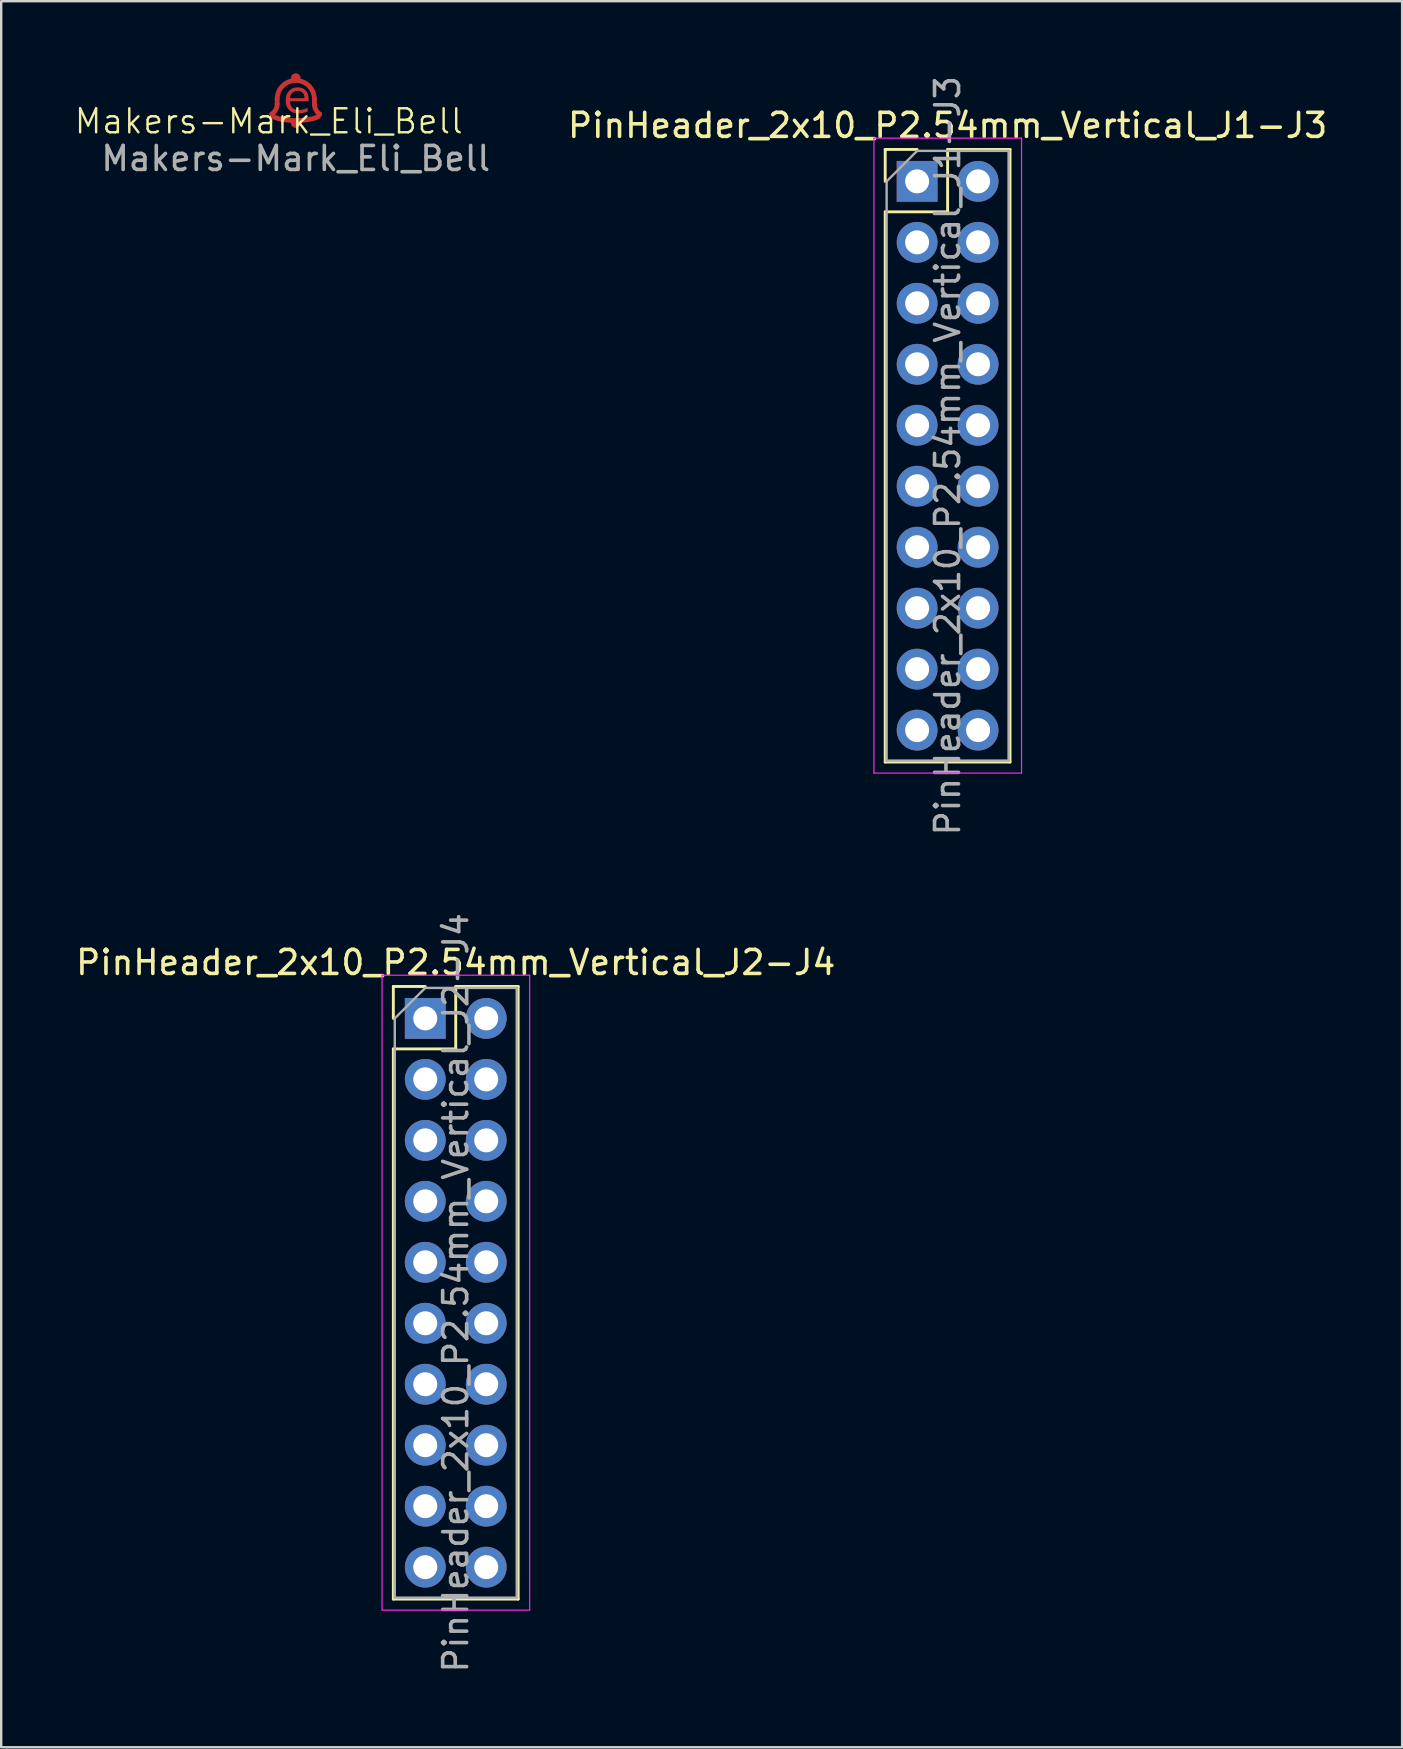
<source format=kicad_pcb>
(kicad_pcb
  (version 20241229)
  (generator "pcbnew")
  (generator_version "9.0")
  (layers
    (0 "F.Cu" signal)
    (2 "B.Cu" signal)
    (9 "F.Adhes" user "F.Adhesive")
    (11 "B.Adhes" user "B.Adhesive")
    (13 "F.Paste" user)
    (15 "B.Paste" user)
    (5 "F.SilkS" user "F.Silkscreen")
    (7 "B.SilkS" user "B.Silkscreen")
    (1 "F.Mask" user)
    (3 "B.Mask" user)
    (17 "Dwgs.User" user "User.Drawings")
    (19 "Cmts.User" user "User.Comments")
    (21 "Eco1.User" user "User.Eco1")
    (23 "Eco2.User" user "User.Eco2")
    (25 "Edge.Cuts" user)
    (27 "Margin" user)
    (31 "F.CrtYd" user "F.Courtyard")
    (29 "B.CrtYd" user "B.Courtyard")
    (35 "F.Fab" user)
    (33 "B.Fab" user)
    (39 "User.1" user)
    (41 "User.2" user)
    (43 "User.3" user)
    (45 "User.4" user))
  (footprint "Makers-Mark_Eli_Bell"
    (layer "F.Cu")
    (at 9.27 1.078)
    (property "Reference" "Makers-Mark_Eli_Bell" (at -1.125 0.925 0) (unlocked yes) (layer "F.SilkS") (effects (font (size 1 1) (thickness 0.1))))
    (attr board_only exclude_from_pos_files exclude_from_bom allow_missing_courtyard)
    (fp_line (start -0.775 0) (end -0.775 0.2) (stroke (width 0.2) (type default)) (layer "F.Cu"))
    (fp_line (start 0.775 0.2) (end 0.775 0) (stroke (width 0.2) (type default)) (layer "F.Cu"))
    (fp_arc (start -0.775 0) (mid 0 -0.775) (end 0.775 0) (stroke (width 0.2) (type default)) (layer "F.Cu"))
    (fp_arc (start -0.775 0.2) (mid -0.833323 0.439333) (end -0.995216 0.625) (stroke (width 0.2) (type default)) (layer "F.Cu"))
    (fp_arc (start -0.103078 -0.875) (mid 0 -0.978078) (end 0.103078 -0.875) (stroke (width 0.2) (type default)) (layer "F.Cu"))
    (fp_arc (start 0.103078 0.996922) (mid 0 1.1) (end -0.103078 0.996922) (stroke (width 0.2) (type default)) (layer "F.Cu"))
    (fp_arc (start 0.995216 0.625) (mid 0.833323 0.439333) (end 0.775 0.2) (stroke (width 0.2) (type default)) (layer "F.Cu"))
    (fp_curve (pts (xy -0.995 0.625) (xy -0.995 0.875) (xy 0 0.9) (xy 0 0.9)) (stroke (width 0.2) (type default)) (layer "F.Cu"))
    (fp_curve (pts (xy 0.995 0.625) (xy 0.995 0.875) (xy 0 0.9) (xy 0 0.9)) (stroke (width 0.2) (type default)) (layer "F.Cu"))
    (fp_text user "e" (at -0.525 0.8 0) (unlocked yes) (layer "F.Cu") (effects (font (face "Arial") (size 1.35 1.35) (thickness 0.1)) (justify left bottom)))
    (fp_text user "${REFERENCE}" (at 0 2.475 0) (unlocked yes) (layer "F.Fab") (effects (font (size 1 1) (thickness 0.15))))
    (zone (net_name "") (layer "F.Cu") (hatch edge 0.5) (connect_pads) (min_thickness 0.25) (filled_areas_thickness no) (keepout (tracks allowed) (vias allowed) (pads allowed) (copperpour not_allowed) (footprints allowed)) (placement (enabled no)) (fill) (polygon (pts (xy 9.167 2.422) (xy 9.167 2.446) (xy 9.188 2.488) (xy 9.224 2.518) (xy 9.27 2.528) (xy 9.316 2.518) (xy 9.353 2.488) (xy 9.373 2.446) (xy 9.373 2.422))))
    (zone (net_name "") (layer "F.Cu") (hatch edge 0.5) (connect_pads) (min_thickness 0.25) (filled_areas_thickness no) (keepout (tracks allowed) (vias allowed) (pads allowed) (copperpour not_allowed) (footprints allowed)) (placement (enabled no)) (fill) (polygon (pts (xy 8.275 2.05) (xy 10.265 2.05) (xy 10.247 2.107) (xy 10.186 2.161) (xy 10.066 2.215) (xy 9.859 2.266) (xy 9.558 2.307) (xy 9.27 2.325) (xy 8.982 2.307) (xy 8.681 2.266) (xy 8.475 2.215) (xy 8.354 2.161) (xy 8.294 2.107)))))
  (footprint "PinHeader_2x10_P2.54mm_Vertical_J2-J4"
    (layer "F.Cu")
    (at 14.665 39.374)
    (property "Reference" "PinHeader_2x10_P2.54mm_Vertical_J2-J4" (at 1.27 -2.33 0) (layer "F.SilkS") (effects (font (size 1 1) (thickness 0.15))))
    (attr through_hole)
    (fp_line (start -1.33 -1.33) (end 0 -1.33) (stroke (width 0.12) (type solid)) (layer "F.SilkS"))
    (fp_line (start -1.33 0) (end -1.33 -1.33) (stroke (width 0.12) (type solid)) (layer "F.SilkS"))
    (fp_line (start -1.33 1.27) (end -1.33 24.19) (stroke (width 0.12) (type solid)) (layer "F.SilkS"))
    (fp_line (start -1.33 1.27) (end 1.27 1.27) (stroke (width 0.12) (type solid)) (layer "F.SilkS"))
    (fp_line (start -1.33 24.19) (end 3.87 24.19) (stroke (width 0.12) (type solid)) (layer "F.SilkS"))
    (fp_line (start 1.27 -1.33) (end 3.87 -1.33) (stroke (width 0.12) (type solid)) (layer "F.SilkS"))
    (fp_line (start 1.27 1.27) (end 1.27 -1.33) (stroke (width 0.12) (type solid)) (layer "F.SilkS"))
    (fp_line (start 3.87 -1.33) (end 3.87 24.19) (stroke (width 0.12) (type solid)) (layer "F.SilkS"))
    (fp_line (start -1.8 -1.8) (end -1.8 24.65) (stroke (width 0.05) (type solid)) (layer "F.CrtYd"))
    (fp_line (start -1.8 24.65) (end 4.35 24.65) (stroke (width 0.05) (type solid)) (layer "F.CrtYd"))
    (fp_line (start 4.35 -1.8) (end -1.8 -1.8) (stroke (width 0.05) (type solid)) (layer "F.CrtYd"))
    (fp_line (start 4.35 24.65) (end 4.35 -1.8) (stroke (width 0.05) (type solid)) (layer "F.CrtYd"))
    (fp_line (start -1.27 0) (end 0 -1.27) (stroke (width 0.1) (type solid)) (layer "F.Fab"))
    (fp_line (start -1.27 24.13) (end -1.27 0) (stroke (width 0.1) (type solid)) (layer "F.Fab"))
    (fp_line (start 0 -1.27) (end 3.81 -1.27) (stroke (width 0.1) (type solid)) (layer "F.Fab"))
    (fp_line (start 3.81 -1.27) (end 3.81 24.13) (stroke (width 0.1) (type solid)) (layer "F.Fab"))
    (fp_line (start 3.81 24.13) (end -1.27 24.13) (stroke (width 0.1) (type solid)) (layer "F.Fab"))
    (fp_text user "${REFERENCE}" (at 1.27 11.43 90) (layer "F.Fab") (effects (font (size 1 1) (thickness 0.15))))
    (pad "11" thru_hole oval (at 2.54 22.86) (size 1.7 1.7) (drill 1) (layers "*.Cu" "*.Mask"))
    (pad "12" thru_hole oval (at 2.54 20.32) (size 1.7 1.7) (drill 1) (layers "*.Cu" "*.Mask"))
    (pad "13" thru_hole oval (at 2.54 17.78) (size 1.7 1.7) (drill 1) (layers "*.Cu" "*.Mask"))
    (pad "14" thru_hole oval (at 2.54 15.24) (size 1.7 1.7) (drill 1) (layers "*.Cu" "*.Mask"))
    (pad "15" thru_hole oval (at 2.54 12.7) (size 1.7 1.7) (drill 1) (layers "*.Cu" "*.Mask"))
    (pad "16" thru_hole oval (at 2.54 10.16) (size 1.7 1.7) (drill 1) (layers "*.Cu" "*.Mask"))
    (pad "17" thru_hole oval (at 2.54 7.62) (size 1.7 1.7) (drill 1) (layers "*.Cu" "*.Mask"))
    (pad "18" thru_hole oval (at 2.54 5.08) (size 1.7 1.7) (drill 1) (layers "*.Cu" "*.Mask"))
    (pad "19" thru_hole oval (at 2.54 2.54) (size 1.7 1.7) (drill 1) (layers "*.Cu" "*.Mask"))
    (pad "20" thru_hole oval (at 2.54 0) (size 1.7 1.7) (drill 1) (layers "*.Cu" "*.Mask"))
    (pad "31" thru_hole oval (at 0 22.86) (size 1.7 1.7) (drill 1) (layers "*.Cu" "*.Mask"))
    (pad "32" thru_hole oval (at 0 20.32) (size 1.7 1.7) (drill 1) (layers "*.Cu" "*.Mask"))
    (pad "33" thru_hole oval (at 0 17.78) (size 1.7 1.7) (drill 1) (layers "*.Cu" "*.Mask"))
    (pad "34" thru_hole oval (at 0 15.24) (size 1.7 1.7) (drill 1) (layers "*.Cu" "*.Mask"))
    (pad "35" thru_hole oval (at 0 12.7) (size 1.7 1.7) (drill 1) (layers "*.Cu" "*.Mask"))
    (pad "36" thru_hole oval (at 0 10.16) (size 1.7 1.7) (drill 1) (layers "*.Cu" "*.Mask"))
    (pad "37" thru_hole oval (at 0 7.62) (size 1.7 1.7) (drill 1) (layers "*.Cu" "*.Mask"))
    (pad "38" thru_hole oval (at 0 5.08) (size 1.7 1.7) (drill 1) (layers "*.Cu" "*.Mask"))
    (pad "39" thru_hole oval (at 0 2.54) (size 1.7 1.7) (drill 1) (layers "*.Cu" "*.Mask"))
    (pad "40" thru_hole rect (at 0 0) (size 1.7 1.7) (drill 1) (layers "*.Cu" "*.Mask")))
  (footprint "PinHeader_2x10_P2.54mm_Vertical_J1-J3"
    (layer "F.Cu")
    (at 35.155 4.505)
    (property "Reference" "PinHeader_2x10_P2.54mm_Vertical_J1-J3" (at 1.27 -2.33 0) (layer "F.SilkS") (effects (font (size 1 1) (thickness 0.15))))
    (attr through_hole)
    (fp_line (start -1.33 -1.33) (end 0 -1.33) (stroke (width 0.12) (type solid)) (layer "F.SilkS"))
    (fp_line (start -1.33 0) (end -1.33 -1.33) (stroke (width 0.12) (type solid)) (layer "F.SilkS"))
    (fp_line (start -1.33 1.27) (end -1.33 24.19) (stroke (width 0.12) (type solid)) (layer "F.SilkS"))
    (fp_line (start -1.33 1.27) (end 1.27 1.27) (stroke (width 0.12) (type solid)) (layer "F.SilkS"))
    (fp_line (start -1.33 24.19) (end 3.87 24.19) (stroke (width 0.12) (type solid)) (layer "F.SilkS"))
    (fp_line (start 1.27 -1.33) (end 3.87 -1.33) (stroke (width 0.12) (type solid)) (layer "F.SilkS"))
    (fp_line (start 1.27 1.27) (end 1.27 -1.33) (stroke (width 0.12) (type solid)) (layer "F.SilkS"))
    (fp_line (start 3.87 -1.33) (end 3.87 24.19) (stroke (width 0.12) (type solid)) (layer "F.SilkS"))
    (fp_line (start -1.8 -1.8) (end -1.8 24.65) (stroke (width 0.05) (type solid)) (layer "F.CrtYd"))
    (fp_line (start -1.8 24.65) (end 4.35 24.65) (stroke (width 0.05) (type solid)) (layer "F.CrtYd"))
    (fp_line (start 4.35 -1.8) (end -1.8 -1.8) (stroke (width 0.05) (type solid)) (layer "F.CrtYd"))
    (fp_line (start 4.35 24.65) (end 4.35 -1.8) (stroke (width 0.05) (type solid)) (layer "F.CrtYd"))
    (fp_line (start -1.27 0) (end 0 -1.27) (stroke (width 0.1) (type solid)) (layer "F.Fab"))
    (fp_line (start -1.27 24.13) (end -1.27 0) (stroke (width 0.1) (type solid)) (layer "F.Fab"))
    (fp_line (start 0 -1.27) (end 3.81 -1.27) (stroke (width 0.1) (type solid)) (layer "F.Fab"))
    (fp_line (start 3.81 -1.27) (end 3.81 24.13) (stroke (width 0.1) (type solid)) (layer "F.Fab"))
    (fp_line (start 3.81 24.13) (end -1.27 24.13) (stroke (width 0.1) (type solid)) (layer "F.Fab"))
    (fp_text user "${REFERENCE}" (at 1.27 11.43 90) (layer "F.Fab") (effects (font (size 1 1) (thickness 0.15))))
    (pad "1" thru_hole rect (at 0 0) (size 1.7 1.7) (drill 1) (layers "*.Cu" "*.Mask"))
    (pad "2" thru_hole oval (at 0 2.54) (size 1.7 1.7) (drill 1) (layers "*.Cu" "*.Mask"))
    (pad "3" thru_hole oval (at 0 5.08) (size 1.7 1.7) (drill 1) (layers "*.Cu" "*.Mask"))
    (pad "4" thru_hole oval (at 0 7.62) (size 1.7 1.7) (drill 1) (layers "*.Cu" "*.Mask"))
    (pad "5" thru_hole oval (at 0 10.16) (size 1.7 1.7) (drill 1) (layers "*.Cu" "*.Mask"))
    (pad "6" thru_hole oval (at 0 12.7) (size 1.7 1.7) (drill 1) (layers "*.Cu" "*.Mask"))
    (pad "7" thru_hole oval (at 0 15.24) (size 1.7 1.7) (drill 1) (layers "*.Cu" "*.Mask"))
    (pad "8" thru_hole oval (at 0 17.78) (size 1.7 1.7) (drill 1) (layers "*.Cu" "*.Mask"))
    (pad "9" thru_hole oval (at 0 20.32) (size 1.7 1.7) (drill 1) (layers "*.Cu" "*.Mask"))
    (pad "10" thru_hole oval (at 0 22.86) (size 1.7 1.7) (drill 1) (layers "*.Cu" "*.Mask"))
    (pad "21" thru_hole oval (at 2.54 0) (size 1.7 1.7) (drill 1) (layers "*.Cu" "*.Mask"))
    (pad "22" thru_hole oval (at 2.54 2.54) (size 1.7 1.7) (drill 1) (layers "*.Cu" "*.Mask"))
    (pad "23" thru_hole oval (at 2.54 5.08) (size 1.7 1.7) (drill 1) (layers "*.Cu" "*.Mask"))
    (pad "24" thru_hole oval (at 2.54 7.62) (size 1.7 1.7) (drill 1) (layers "*.Cu" "*.Mask"))
    (pad "25" thru_hole oval (at 2.54 10.16) (size 1.7 1.7) (drill 1) (layers "*.Cu" "*.Mask"))
    (pad "26" thru_hole oval (at 2.54 12.7) (size 1.7 1.7) (drill 1) (layers "*.Cu" "*.Mask"))
    (pad "27" thru_hole oval (at 2.54 15.24) (size 1.7 1.7) (drill 1) (layers "*.Cu" "*.Mask"))
    (pad "28" thru_hole oval (at 2.54 17.78) (size 1.7 1.7) (drill 1) (layers "*.Cu" "*.Mask"))
    (pad "29" thru_hole oval (at 2.54 20.32) (size 1.7 1.7) (drill 1) (layers "*.Cu" "*.Mask"))
    (pad "30" thru_hole oval (at 2.54 22.86) (size 1.7 1.7) (drill 1) (layers "*.Cu" "*.Mask")))
  (gr_rect
    (start -3 -3)
    (end 55.36 69.738)
    (stroke (width 0.1) (type default))
    (fill no)
    (layer "Edge.Cuts")))
</source>
